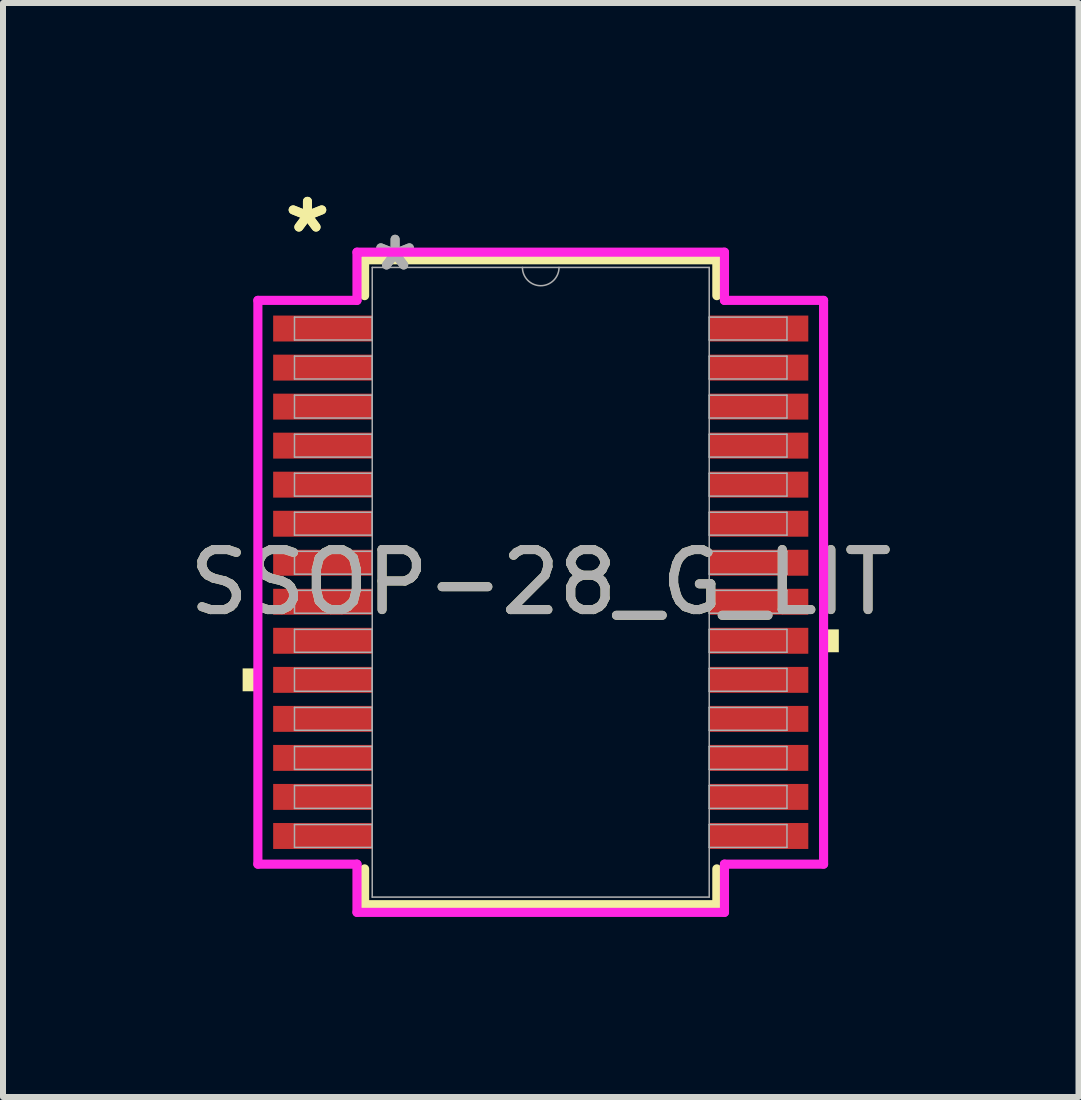
<source format=kicad_pcb>
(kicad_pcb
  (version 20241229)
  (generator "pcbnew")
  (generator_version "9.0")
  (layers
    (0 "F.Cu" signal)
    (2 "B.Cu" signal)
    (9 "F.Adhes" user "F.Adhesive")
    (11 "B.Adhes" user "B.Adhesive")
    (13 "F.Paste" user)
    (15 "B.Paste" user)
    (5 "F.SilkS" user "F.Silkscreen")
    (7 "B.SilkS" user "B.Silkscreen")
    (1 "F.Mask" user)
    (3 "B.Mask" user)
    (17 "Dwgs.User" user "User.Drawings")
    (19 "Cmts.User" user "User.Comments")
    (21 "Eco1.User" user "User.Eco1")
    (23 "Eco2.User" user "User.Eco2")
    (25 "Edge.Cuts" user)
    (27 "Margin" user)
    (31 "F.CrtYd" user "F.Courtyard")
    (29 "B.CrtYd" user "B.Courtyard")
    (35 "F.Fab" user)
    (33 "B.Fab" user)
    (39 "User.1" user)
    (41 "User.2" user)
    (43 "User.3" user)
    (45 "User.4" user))
  (footprint "SSOP-28_G_LIT"
    (layer "F.Cu")
    (at 5.958 6.65)
    (property "Reference" "SSOP-28_G_LIT" (at 0 0 0) (unlocked yes) (layer "F.SilkS") (effects (font (size 1 1) (thickness 0.15))))
    (attr smd)
    (fp_line (start -2.934 -5.372) (end -2.934 -4.775) (stroke (width 0.152) (type solid)) (layer "F.SilkS"))
    (fp_line (start -2.934 4.775) (end -2.934 5.372) (stroke (width 0.152) (type solid)) (layer "F.SilkS"))
    (fp_line (start -2.934 5.372) (end 2.934 5.372) (stroke (width 0.152) (type solid)) (layer "F.SilkS"))
    (fp_line (start 2.934 -5.372) (end -2.934 -5.372) (stroke (width 0.152) (type solid)) (layer "F.SilkS"))
    (fp_line (start 2.934 -4.775) (end 2.934 -5.372) (stroke (width 0.152) (type solid)) (layer "F.SilkS"))
    (fp_line (start 2.934 5.372) (end 2.934 4.775) (stroke (width 0.152) (type solid)) (layer "F.SilkS"))
    (fp_poly (pts (xy -4.966 1.435) (xy -4.966 1.816) (xy -4.712 1.816) (xy -4.712 1.435)) (stroke (width 0) (type solid)) (fill yes) (layer "F.SilkS"))
    (fp_poly (pts (xy 4.966 0.785) (xy 4.966 1.166) (xy 4.712 1.166) (xy 4.712 0.785)) (stroke (width 0) (type solid)) (fill yes) (layer "F.SilkS"))
    (fp_line (start -4.712 -4.696) (end -3.061 -4.696) (stroke (width 0.152) (type solid)) (layer "F.CrtYd"))
    (fp_line (start -4.712 4.696) (end -4.712 -4.696) (stroke (width 0.152) (type solid)) (layer "F.CrtYd"))
    (fp_line (start -4.712 4.696) (end -3.061 4.696) (stroke (width 0.152) (type solid)) (layer "F.CrtYd"))
    (fp_line (start -3.061 -5.499) (end 3.061 -5.499) (stroke (width 0.152) (type solid)) (layer "F.CrtYd"))
    (fp_line (start -3.061 -4.696) (end -3.061 -5.499) (stroke (width 0.152) (type solid)) (layer "F.CrtYd"))
    (fp_line (start -3.061 5.499) (end -3.061 4.696) (stroke (width 0.152) (type solid)) (layer "F.CrtYd"))
    (fp_line (start 3.061 -5.499) (end 3.061 -4.696) (stroke (width 0.152) (type solid)) (layer "F.CrtYd"))
    (fp_line (start 3.061 4.696) (end 3.061 5.499) (stroke (width 0.152) (type solid)) (layer "F.CrtYd"))
    (fp_line (start 3.061 5.499) (end -3.061 5.499) (stroke (width 0.152) (type solid)) (layer "F.CrtYd"))
    (fp_line (start 4.712 -4.696) (end 3.061 -4.696) (stroke (width 0.152) (type solid)) (layer "F.CrtYd"))
    (fp_line (start 4.712 -4.696) (end 4.712 4.696) (stroke (width 0.152) (type solid)) (layer "F.CrtYd"))
    (fp_line (start 4.712 4.696) (end 3.061 4.696) (stroke (width 0.152) (type solid)) (layer "F.CrtYd"))
    (fp_line (start -4.102 -4.417) (end -4.102 -4.036) (stroke (width 0.025) (type solid)) (layer "F.Fab"))
    (fp_line (start -4.102 -4.036) (end -2.807 -4.036) (stroke (width 0.025) (type solid)) (layer "F.Fab"))
    (fp_line (start -4.102 -3.767) (end -4.102 -3.386) (stroke (width 0.025) (type solid)) (layer "F.Fab"))
    (fp_line (start -4.102 -3.386) (end -2.807 -3.386) (stroke (width 0.025) (type solid)) (layer "F.Fab"))
    (fp_line (start -4.102 -3.117) (end -4.102 -2.736) (stroke (width 0.025) (type solid)) (layer "F.Fab"))
    (fp_line (start -4.102 -2.736) (end -2.807 -2.736) (stroke (width 0.025) (type solid)) (layer "F.Fab"))
    (fp_line (start -4.102 -2.466) (end -4.102 -2.085) (stroke (width 0.025) (type solid)) (layer "F.Fab"))
    (fp_line (start -4.102 -2.085) (end -2.807 -2.085) (stroke (width 0.025) (type solid)) (layer "F.Fab"))
    (fp_line (start -4.102 -1.816) (end -4.102 -1.435) (stroke (width 0.025) (type solid)) (layer "F.Fab"))
    (fp_line (start -4.102 -1.435) (end -2.807 -1.435) (stroke (width 0.025) (type solid)) (layer "F.Fab"))
    (fp_line (start -4.102 -1.166) (end -4.102 -0.785) (stroke (width 0.025) (type solid)) (layer "F.Fab"))
    (fp_line (start -4.102 -0.785) (end -2.807 -0.785) (stroke (width 0.025) (type solid)) (layer "F.Fab"))
    (fp_line (start -4.102 -0.516) (end -4.102 -0.135) (stroke (width 0.025) (type solid)) (layer "F.Fab"))
    (fp_line (start -4.102 -0.135) (end -2.807 -0.135) (stroke (width 0.025) (type solid)) (layer "F.Fab"))
    (fp_line (start -4.102 0.135) (end -4.102 0.516) (stroke (width 0.025) (type solid)) (layer "F.Fab"))
    (fp_line (start -4.102 0.516) (end -2.807 0.516) (stroke (width 0.025) (type solid)) (layer "F.Fab"))
    (fp_line (start -4.102 0.785) (end -4.102 1.166) (stroke (width 0.025) (type solid)) (layer "F.Fab"))
    (fp_line (start -4.102 1.166) (end -2.807 1.166) (stroke (width 0.025) (type solid)) (layer "F.Fab"))
    (fp_line (start -4.102 1.435) (end -4.102 1.816) (stroke (width 0.025) (type solid)) (layer "F.Fab"))
    (fp_line (start -4.102 1.816) (end -2.807 1.816) (stroke (width 0.025) (type solid)) (layer "F.Fab"))
    (fp_line (start -4.102 2.085) (end -4.102 2.466) (stroke (width 0.025) (type solid)) (layer "F.Fab"))
    (fp_line (start -4.102 2.466) (end -2.807 2.466) (stroke (width 0.025) (type solid)) (layer "F.Fab"))
    (fp_line (start -4.102 2.736) (end -4.102 3.117) (stroke (width 0.025) (type solid)) (layer "F.Fab"))
    (fp_line (start -4.102 3.117) (end -2.807 3.117) (stroke (width 0.025) (type solid)) (layer "F.Fab"))
    (fp_line (start -4.102 3.386) (end -4.102 3.767) (stroke (width 0.025) (type solid)) (layer "F.Fab"))
    (fp_line (start -4.102 3.767) (end -2.807 3.767) (stroke (width 0.025) (type solid)) (layer "F.Fab"))
    (fp_line (start -4.102 4.036) (end -4.102 4.417) (stroke (width 0.025) (type solid)) (layer "F.Fab"))
    (fp_line (start -4.102 4.417) (end -2.807 4.417) (stroke (width 0.025) (type solid)) (layer "F.Fab"))
    (fp_line (start -2.807 -5.245) (end -2.807 5.245) (stroke (width 0.025) (type solid)) (layer "F.Fab"))
    (fp_line (start -2.807 -4.417) (end -4.102 -4.417) (stroke (width 0.025) (type solid)) (layer "F.Fab"))
    (fp_line (start -2.807 -4.036) (end -2.807 -4.417) (stroke (width 0.025) (type solid)) (layer "F.Fab"))
    (fp_line (start -2.807 -3.767) (end -4.102 -3.767) (stroke (width 0.025) (type solid)) (layer "F.Fab"))
    (fp_line (start -2.807 -3.386) (end -2.807 -3.767) (stroke (width 0.025) (type solid)) (layer "F.Fab"))
    (fp_line (start -2.807 -3.117) (end -4.102 -3.117) (stroke (width 0.025) (type solid)) (layer "F.Fab"))
    (fp_line (start -2.807 -2.736) (end -2.807 -3.117) (stroke (width 0.025) (type solid)) (layer "F.Fab"))
    (fp_line (start -2.807 -2.466) (end -4.102 -2.466) (stroke (width 0.025) (type solid)) (layer "F.Fab"))
    (fp_line (start -2.807 -2.085) (end -2.807 -2.466) (stroke (width 0.025) (type solid)) (layer "F.Fab"))
    (fp_line (start -2.807 -1.816) (end -4.102 -1.816) (stroke (width 0.025) (type solid)) (layer "F.Fab"))
    (fp_line (start -2.807 -1.435) (end -2.807 -1.816) (stroke (width 0.025) (type solid)) (layer "F.Fab"))
    (fp_line (start -2.807 -1.166) (end -4.102 -1.166) (stroke (width 0.025) (type solid)) (layer "F.Fab"))
    (fp_line (start -2.807 -0.785) (end -2.807 -1.166) (stroke (width 0.025) (type solid)) (layer "F.Fab"))
    (fp_line (start -2.807 -0.516) (end -4.102 -0.516) (stroke (width 0.025) (type solid)) (layer "F.Fab"))
    (fp_line (start -2.807 -0.135) (end -2.807 -0.516) (stroke (width 0.025) (type solid)) (layer "F.Fab"))
    (fp_line (start -2.807 0.135) (end -4.102 0.135) (stroke (width 0.025) (type solid)) (layer "F.Fab"))
    (fp_line (start -2.807 0.516) (end -2.807 0.135) (stroke (width 0.025) (type solid)) (layer "F.Fab"))
    (fp_line (start -2.807 0.785) (end -4.102 0.785) (stroke (width 0.025) (type solid)) (layer "F.Fab"))
    (fp_line (start -2.807 1.166) (end -2.807 0.785) (stroke (width 0.025) (type solid)) (layer "F.Fab"))
    (fp_line (start -2.807 1.435) (end -4.102 1.435) (stroke (width 0.025) (type solid)) (layer "F.Fab"))
    (fp_line (start -2.807 1.816) (end -2.807 1.435) (stroke (width 0.025) (type solid)) (layer "F.Fab"))
    (fp_line (start -2.807 2.085) (end -4.102 2.085) (stroke (width 0.025) (type solid)) (layer "F.Fab"))
    (fp_line (start -2.807 2.466) (end -2.807 2.085) (stroke (width 0.025) (type solid)) (layer "F.Fab"))
    (fp_line (start -2.807 2.736) (end -4.102 2.736) (stroke (width 0.025) (type solid)) (layer "F.Fab"))
    (fp_line (start -2.807 3.117) (end -2.807 2.736) (stroke (width 0.025) (type solid)) (layer "F.Fab"))
    (fp_line (start -2.807 3.386) (end -4.102 3.386) (stroke (width 0.025) (type solid)) (layer "F.Fab"))
    (fp_line (start -2.807 3.767) (end -2.807 3.386) (stroke (width 0.025) (type solid)) (layer "F.Fab"))
    (fp_line (start -2.807 4.036) (end -4.102 4.036) (stroke (width 0.025) (type solid)) (layer "F.Fab"))
    (fp_line (start -2.807 4.417) (end -2.807 4.036) (stroke (width 0.025) (type solid)) (layer "F.Fab"))
    (fp_line (start -2.807 5.245) (end 2.807 5.245) (stroke (width 0.025) (type solid)) (layer "F.Fab"))
    (fp_line (start 2.807 -5.245) (end -2.807 -5.245) (stroke (width 0.025) (type solid)) (layer "F.Fab"))
    (fp_line (start 2.807 -4.417) (end 2.807 -4.036) (stroke (width 0.025) (type solid)) (layer "F.Fab"))
    (fp_line (start 2.807 -4.036) (end 4.102 -4.036) (stroke (width 0.025) (type solid)) (layer "F.Fab"))
    (fp_line (start 2.807 -3.767) (end 2.807 -3.386) (stroke (width 0.025) (type solid)) (layer "F.Fab"))
    (fp_line (start 2.807 -3.386) (end 4.102 -3.386) (stroke (width 0.025) (type solid)) (layer "F.Fab"))
    (fp_line (start 2.807 -3.117) (end 2.807 -2.736) (stroke (width 0.025) (type solid)) (layer "F.Fab"))
    (fp_line (start 2.807 -2.736) (end 4.102 -2.736) (stroke (width 0.025) (type solid)) (layer "F.Fab"))
    (fp_line (start 2.807 -2.466) (end 2.807 -2.085) (stroke (width 0.025) (type solid)) (layer "F.Fab"))
    (fp_line (start 2.807 -2.085) (end 4.102 -2.085) (stroke (width 0.025) (type solid)) (layer "F.Fab"))
    (fp_line (start 2.807 -1.816) (end 2.807 -1.435) (stroke (width 0.025) (type solid)) (layer "F.Fab"))
    (fp_line (start 2.807 -1.435) (end 4.102 -1.435) (stroke (width 0.025) (type solid)) (layer "F.Fab"))
    (fp_line (start 2.807 -1.166) (end 2.807 -0.785) (stroke (width 0.025) (type solid)) (layer "F.Fab"))
    (fp_line (start 2.807 -0.785) (end 4.102 -0.785) (stroke (width 0.025) (type solid)) (layer "F.Fab"))
    (fp_line (start 2.807 -0.516) (end 2.807 -0.135) (stroke (width 0.025) (type solid)) (layer "F.Fab"))
    (fp_line (start 2.807 -0.135) (end 4.102 -0.135) (stroke (width 0.025) (type solid)) (layer "F.Fab"))
    (fp_line (start 2.807 0.135) (end 2.807 0.516) (stroke (width 0.025) (type solid)) (layer "F.Fab"))
    (fp_line (start 2.807 0.516) (end 4.102 0.516) (stroke (width 0.025) (type solid)) (layer "F.Fab"))
    (fp_line (start 2.807 0.785) (end 2.807 1.166) (stroke (width 0.025) (type solid)) (layer "F.Fab"))
    (fp_line (start 2.807 1.166) (end 4.102 1.166) (stroke (width 0.025) (type solid)) (layer "F.Fab"))
    (fp_line (start 2.807 1.435) (end 2.807 1.816) (stroke (width 0.025) (type solid)) (layer "F.Fab"))
    (fp_line (start 2.807 1.816) (end 4.102 1.816) (stroke (width 0.025) (type solid)) (layer "F.Fab"))
    (fp_line (start 2.807 2.085) (end 2.807 2.466) (stroke (width 0.025) (type solid)) (layer "F.Fab"))
    (fp_line (start 2.807 2.466) (end 4.102 2.466) (stroke (width 0.025) (type solid)) (layer "F.Fab"))
    (fp_line (start 2.807 2.736) (end 2.807 3.117) (stroke (width 0.025) (type solid)) (layer "F.Fab"))
    (fp_line (start 2.807 3.117) (end 4.102 3.117) (stroke (width 0.025) (type solid)) (layer "F.Fab"))
    (fp_line (start 2.807 3.386) (end 2.807 3.767) (stroke (width 0.025) (type solid)) (layer "F.Fab"))
    (fp_line (start 2.807 3.767) (end 4.102 3.767) (stroke (width 0.025) (type solid)) (layer "F.Fab"))
    (fp_line (start 2.807 4.036) (end 2.807 4.417) (stroke (width 0.025) (type solid)) (layer "F.Fab"))
    (fp_line (start 2.807 4.417) (end 4.102 4.417) (stroke (width 0.025) (type solid)) (layer "F.Fab"))
    (fp_line (start 2.807 5.245) (end 2.807 -5.245) (stroke (width 0.025) (type solid)) (layer "F.Fab"))
    (fp_line (start 4.102 -4.417) (end 2.807 -4.417) (stroke (width 0.025) (type solid)) (layer "F.Fab"))
    (fp_line (start 4.102 -4.036) (end 4.102 -4.417) (stroke (width 0.025) (type solid)) (layer "F.Fab"))
    (fp_line (start 4.102 -3.767) (end 2.807 -3.767) (stroke (width 0.025) (type solid)) (layer "F.Fab"))
    (fp_line (start 4.102 -3.386) (end 4.102 -3.767) (stroke (width 0.025) (type solid)) (layer "F.Fab"))
    (fp_line (start 4.102 -3.117) (end 2.807 -3.117) (stroke (width 0.025) (type solid)) (layer "F.Fab"))
    (fp_line (start 4.102 -2.736) (end 4.102 -3.117) (stroke (width 0.025) (type solid)) (layer "F.Fab"))
    (fp_line (start 4.102 -2.466) (end 2.807 -2.466) (stroke (width 0.025) (type solid)) (layer "F.Fab"))
    (fp_line (start 4.102 -2.085) (end 4.102 -2.466) (stroke (width 0.025) (type solid)) (layer "F.Fab"))
    (fp_line (start 4.102 -1.816) (end 2.807 -1.816) (stroke (width 0.025) (type solid)) (layer "F.Fab"))
    (fp_line (start 4.102 -1.435) (end 4.102 -1.816) (stroke (width 0.025) (type solid)) (layer "F.Fab"))
    (fp_line (start 4.102 -1.166) (end 2.807 -1.166) (stroke (width 0.025) (type solid)) (layer "F.Fab"))
    (fp_line (start 4.102 -0.785) (end 4.102 -1.166) (stroke (width 0.025) (type solid)) (layer "F.Fab"))
    (fp_line (start 4.102 -0.516) (end 2.807 -0.516) (stroke (width 0.025) (type solid)) (layer "F.Fab"))
    (fp_line (start 4.102 -0.135) (end 4.102 -0.516) (stroke (width 0.025) (type solid)) (layer "F.Fab"))
    (fp_line (start 4.102 0.135) (end 2.807 0.135) (stroke (width 0.025) (type solid)) (layer "F.Fab"))
    (fp_line (start 4.102 0.516) (end 4.102 0.135) (stroke (width 0.025) (type solid)) (layer "F.Fab"))
    (fp_line (start 4.102 0.785) (end 2.807 0.785) (stroke (width 0.025) (type solid)) (layer "F.Fab"))
    (fp_line (start 4.102 1.166) (end 4.102 0.785) (stroke (width 0.025) (type solid)) (layer "F.Fab"))
    (fp_line (start 4.102 1.435) (end 2.807 1.435) (stroke (width 0.025) (type solid)) (layer "F.Fab"))
    (fp_line (start 4.102 1.816) (end 4.102 1.435) (stroke (width 0.025) (type solid)) (layer "F.Fab"))
    (fp_line (start 4.102 2.085) (end 2.807 2.085) (stroke (width 0.025) (type solid)) (layer "F.Fab"))
    (fp_line (start 4.102 2.466) (end 4.102 2.085) (stroke (width 0.025) (type solid)) (layer "F.Fab"))
    (fp_line (start 4.102 2.736) (end 2.807 2.736) (stroke (width 0.025) (type solid)) (layer "F.Fab"))
    (fp_line (start 4.102 3.117) (end 4.102 2.736) (stroke (width 0.025) (type solid)) (layer "F.Fab"))
    (fp_line (start 4.102 3.386) (end 2.807 3.386) (stroke (width 0.025) (type solid)) (layer "F.Fab"))
    (fp_line (start 4.102 3.767) (end 4.102 3.386) (stroke (width 0.025) (type solid)) (layer "F.Fab"))
    (fp_line (start 4.102 4.036) (end 2.807 4.036) (stroke (width 0.025) (type solid)) (layer "F.Fab"))
    (fp_line (start 4.102 4.417) (end 4.102 4.036) (stroke (width 0.025) (type solid)) (layer "F.Fab"))
    (fp_arc (start 0.3048 -5.2451) (mid 0 -4.9403) (end -0.3048 -5.2451) (stroke (width 0.0254) (type solid)) (layer "F.Fab"))
    (fp_text user "*" (at -3.886 -5.801 0) (unlocked yes) (layer "F.SilkS") (effects (font (size 1 1) (thickness 0.15))))
    (fp_text user "*" (at -3.886 -5.801 0) (layer "F.SilkS") (effects (font (size 1 1) (thickness 0.15))))
    (fp_text user "${REFERENCE}" (at 0 0 0) (unlocked yes) (layer "F.Fab") (effects (font (size 1 1) (thickness 0.15))))
    (fp_text user "*" (at -2.426 -5.169 0) (layer "F.Fab") (effects (font (size 1 1) (thickness 0.15))))
    (fp_text user "*" (at -2.426 -5.169 0) (unlocked yes) (layer "F.Fab") (effects (font (size 1 1) (thickness 0.15))))
    (pad "1" smd rect (at -3.632 -4.227) (size 1.651 0.432) (layers "F.Cu" "F.Mask" "F.Paste"))
    (pad "2" smd rect (at -3.632 -3.576) (size 1.651 0.432) (layers "F.Cu" "F.Mask" "F.Paste"))
    (pad "3" smd rect (at -3.632 -2.926) (size 1.651 0.432) (layers "F.Cu" "F.Mask" "F.Paste"))
    (pad "4" smd rect (at -3.632 -2.276) (size 1.651 0.432) (layers "F.Cu" "F.Mask" "F.Paste"))
    (pad "5" smd rect (at -3.632 -1.626) (size 1.651 0.432) (layers "F.Cu" "F.Mask" "F.Paste"))
    (pad "6" smd rect (at -3.632 -0.975) (size 1.651 0.432) (layers "F.Cu" "F.Mask" "F.Paste"))
    (pad "7" smd rect (at -3.632 -0.325) (size 1.651 0.432) (layers "F.Cu" "F.Mask" "F.Paste"))
    (pad "8" smd rect (at -3.632 0.325) (size 1.651 0.432) (layers "F.Cu" "F.Mask" "F.Paste"))
    (pad "9" smd rect (at -3.632 0.975) (size 1.651 0.432) (layers "F.Cu" "F.Mask" "F.Paste"))
    (pad "10" smd rect (at -3.632 1.626) (size 1.651 0.432) (layers "F.Cu" "F.Mask" "F.Paste"))
    (pad "11" smd rect (at -3.632 2.276) (size 1.651 0.432) (layers "F.Cu" "F.Mask" "F.Paste"))
    (pad "12" smd rect (at -3.632 2.926) (size 1.651 0.432) (layers "F.Cu" "F.Mask" "F.Paste"))
    (pad "13" smd rect (at -3.632 3.576) (size 1.651 0.432) (layers "F.Cu" "F.Mask" "F.Paste"))
    (pad "14" smd rect (at -3.632 4.227) (size 1.651 0.432) (layers "F.Cu" "F.Mask" "F.Paste"))
    (pad "15" smd rect (at 3.632 4.227) (size 1.651 0.432) (layers "F.Cu" "F.Mask" "F.Paste"))
    (pad "16" smd rect (at 3.632 3.576) (size 1.651 0.432) (layers "F.Cu" "F.Mask" "F.Paste"))
    (pad "17" smd rect (at 3.632 2.926) (size 1.651 0.432) (layers "F.Cu" "F.Mask" "F.Paste"))
    (pad "18" smd rect (at 3.632 2.276) (size 1.651 0.432) (layers "F.Cu" "F.Mask" "F.Paste"))
    (pad "19" smd rect (at 3.632 1.626) (size 1.651 0.432) (layers "F.Cu" "F.Mask" "F.Paste"))
    (pad "20" smd rect (at 3.632 0.975) (size 1.651 0.432) (layers "F.Cu" "F.Mask" "F.Paste"))
    (pad "21" smd rect (at 3.632 0.325) (size 1.651 0.432) (layers "F.Cu" "F.Mask" "F.Paste"))
    (pad "22" smd rect (at 3.632 -0.325) (size 1.651 0.432) (layers "F.Cu" "F.Mask" "F.Paste"))
    (pad "23" smd rect (at 3.632 -0.975) (size 1.651 0.432) (layers "F.Cu" "F.Mask" "F.Paste"))
    (pad "24" smd rect (at 3.632 -1.626) (size 1.651 0.432) (layers "F.Cu" "F.Mask" "F.Paste"))
    (pad "25" smd rect (at 3.632 -2.276) (size 1.651 0.432) (layers "F.Cu" "F.Mask" "F.Paste"))
    (pad "26" smd rect (at 3.632 -2.926) (size 1.651 0.432) (layers "F.Cu" "F.Mask" "F.Paste"))
    (pad "27" smd rect (at 3.632 -3.576) (size 1.651 0.432) (layers "F.Cu" "F.Mask" "F.Paste"))
    (pad "28" smd rect (at 3.632 -4.227) (size 1.651 0.432) (layers "F.Cu" "F.Mask" "F.Paste")))
  (gr_rect
    (start -3 -3)
    (end 14.917 15.225)
    (stroke (width 0.1) (type default))
    (fill no)
    (layer "Edge.Cuts")))
</source>
